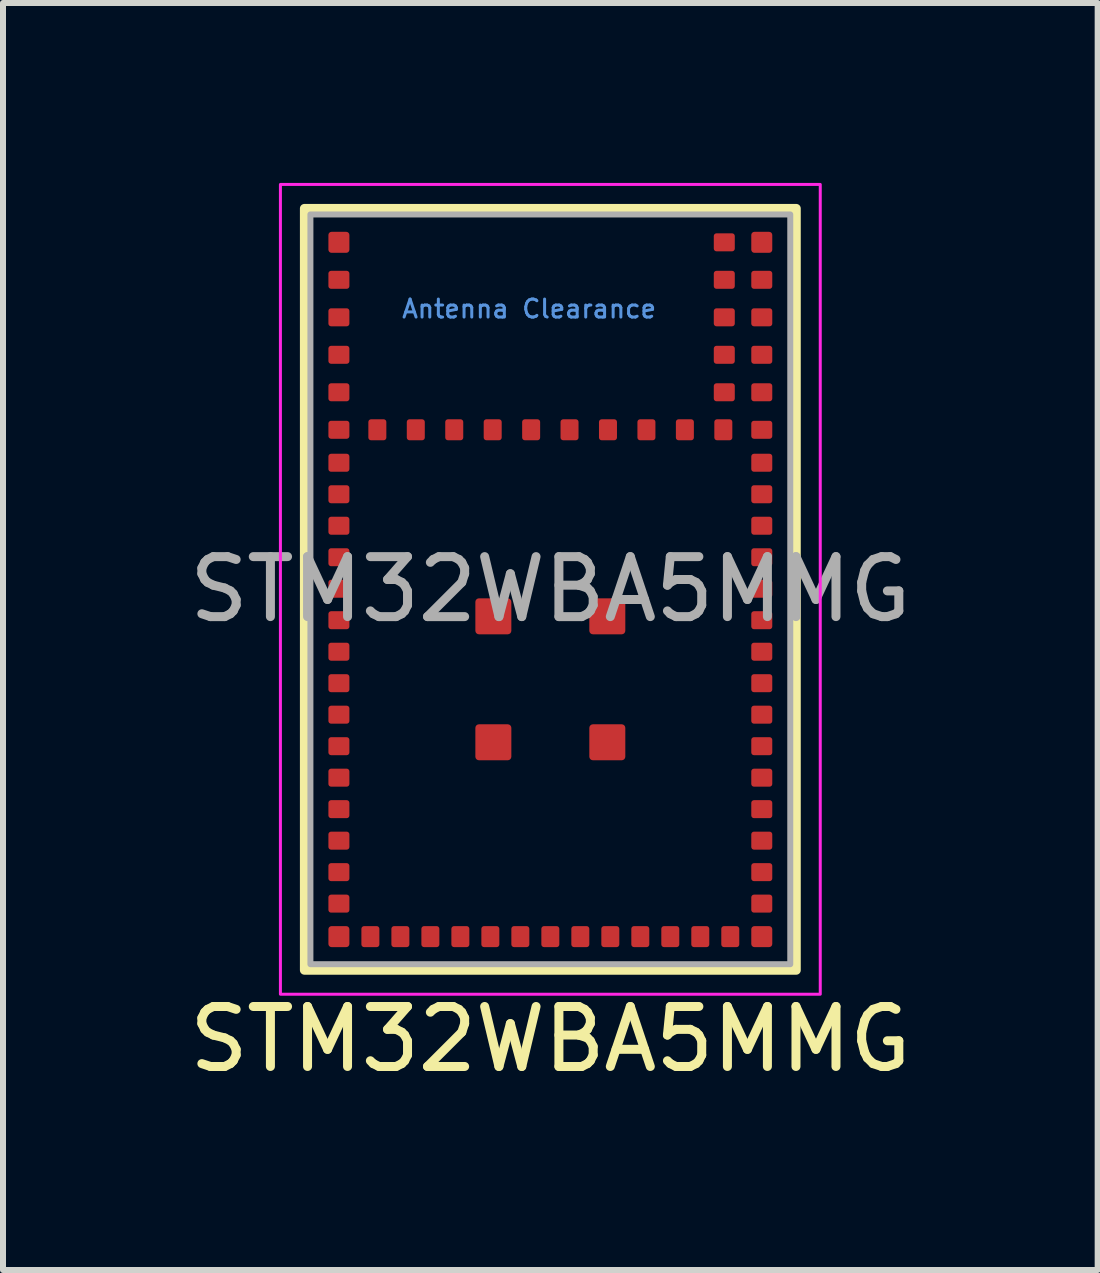
<source format=kicad_pcb>
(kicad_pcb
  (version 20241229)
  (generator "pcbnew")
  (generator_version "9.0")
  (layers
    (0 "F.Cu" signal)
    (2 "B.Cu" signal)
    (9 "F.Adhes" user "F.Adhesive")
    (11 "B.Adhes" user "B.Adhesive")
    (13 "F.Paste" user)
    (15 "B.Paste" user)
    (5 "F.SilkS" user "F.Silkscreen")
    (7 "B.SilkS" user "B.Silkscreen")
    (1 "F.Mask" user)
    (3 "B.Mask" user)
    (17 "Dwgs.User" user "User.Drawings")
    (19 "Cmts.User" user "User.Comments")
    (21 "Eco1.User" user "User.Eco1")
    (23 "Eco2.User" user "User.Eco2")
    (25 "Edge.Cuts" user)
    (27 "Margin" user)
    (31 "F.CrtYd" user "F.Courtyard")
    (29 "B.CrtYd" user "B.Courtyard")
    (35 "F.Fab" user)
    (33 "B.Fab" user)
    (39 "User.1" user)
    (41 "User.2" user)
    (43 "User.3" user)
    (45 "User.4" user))
  (footprint "STM32WBA5MMG"
    (layer "F.Cu")
    (at 6.125 6.775)
    (property "Reference" "STM32WBA5MMG" (at 0 7.5 0) (unlocked yes) (layer "F.SilkS") (effects (font (size 1 1) (thickness 0.15))))
    (attr smd)
    (fp_rect (start -4.1 -6.35) (end 4.1 6.35) (stroke (width 0.15) (type solid)) (fill no) (layer "F.SilkS"))
    (fp_rect (start -4.5 -6.75) (end 4.5 6.75) (stroke (width 0.05) (type solid)) (fill no) (layer "F.CrtYd"))
    (fp_rect (start -4 -6.25) (end 4 6.25) (stroke (width 0.1) (type solid)) (fill no) (layer "F.Fab"))
    (fp_text user "Antenna Clearance" (at -2.5 -4.5 0) (unlocked yes) (layer "Cmts.User") (effects (font (size 0.3 0.3) (thickness 0.05) (bold yes)) (justify left bottom)))
    (fp_text user "${REFERENCE}" (at 0 0 0) (unlocked yes) (layer "F.Fab") (effects (font (size 1 1) (thickness 0.15))))
    (pad "1" smd roundrect (at -3.525 -5.785) (size 0.35 0.35) (layers "F.Cu" "F.Mask" "F.Paste") (roundrect_rratio 0.15))
    (pad "2" smd roundrect (at -3.525 -5.16) (size 0.35 0.3) (layers "F.Cu" "F.Mask" "F.Paste") (roundrect_rratio 0.15))
    (pad "3" smd roundrect (at -3.525 -4.535) (size 0.35 0.3) (layers "F.Cu" "F.Mask" "F.Paste") (roundrect_rratio 0.15))
    (pad "4" smd roundrect (at -3.525 -3.91) (size 0.35 0.3) (layers "F.Cu" "F.Mask" "F.Paste") (roundrect_rratio 0.15))
    (pad "5" smd roundrect (at -3.525 -3.285) (size 0.35 0.3) (layers "F.Cu" "F.Mask" "F.Paste") (roundrect_rratio 0.15))
    (pad "6" smd roundrect (at -3.525 -2.66) (size 0.35 0.3) (layers "F.Cu" "F.Mask" "F.Paste") (roundrect_rratio 0.15))
    (pad "7" smd roundrect (at -3.525 -2.11) (size 0.35 0.3) (layers "F.Cu" "F.Mask" "F.Paste") (roundrect_rratio 0.15))
    (pad "8" smd roundrect (at -3.525 -1.585) (size 0.35 0.3) (layers "F.Cu" "F.Mask" "F.Paste") (roundrect_rratio 0.15))
    (pad "9" smd roundrect (at -3.525 -1.06) (size 0.35 0.3) (layers "F.Cu" "F.Mask" "F.Paste") (roundrect_rratio 0.15))
    (pad "10" smd roundrect (at -3.525 -0.535) (size 0.35 0.3) (layers "F.Cu" "F.Mask" "F.Paste") (roundrect_rratio 0.15))
    (pad "11" smd roundrect (at -3.525 -0.01) (size 0.35 0.3) (layers "F.Cu" "F.Mask" "F.Paste") (roundrect_rratio 0.15))
    (pad "12" smd roundrect (at -3.525 0.515) (size 0.35 0.3) (layers "F.Cu" "F.Mask" "F.Paste") (roundrect_rratio 0.15))
    (pad "13" smd roundrect (at -3.525 1.04) (size 0.35 0.3) (layers "F.Cu" "F.Mask" "F.Paste") (roundrect_rratio 0.15))
    (pad "14" smd roundrect (at -3.525 1.565) (size 0.35 0.3) (layers "F.Cu" "F.Mask" "F.Paste") (roundrect_rratio 0.15))
    (pad "15" smd roundrect (at -3.525 2.09) (size 0.35 0.3) (layers "F.Cu" "F.Mask" "F.Paste") (roundrect_rratio 0.15))
    (pad "16" smd roundrect (at -3.525 2.615) (size 0.35 0.3) (layers "F.Cu" "F.Mask" "F.Paste") (roundrect_rratio 0.15))
    (pad "17" smd roundrect (at -3.525 3.14) (size 0.35 0.3) (layers "F.Cu" "F.Mask" "F.Paste") (roundrect_rratio 0.15))
    (pad "18" smd roundrect (at -3.525 3.665) (size 0.35 0.3) (layers "F.Cu" "F.Mask" "F.Paste") (roundrect_rratio 0.15))
    (pad "19" smd roundrect (at -3.525 4.19) (size 0.35 0.3) (layers "F.Cu" "F.Mask" "F.Paste") (roundrect_rratio 0.15))
    (pad "20" smd roundrect (at -3.525 4.715) (size 0.35 0.3) (layers "F.Cu" "F.Mask" "F.Paste") (roundrect_rratio 0.15))
    (pad "21" smd roundrect (at -3.525 5.24) (size 0.35 0.3) (layers "F.Cu" "F.Mask" "F.Paste") (roundrect_rratio 0.15))
    (pad "22" smd roundrect (at -3.525 5.79) (size 0.35 0.35) (layers "F.Cu" "F.Mask" "F.Paste") (roundrect_rratio 0.15))
    (pad "23" smd roundrect (at -3 5.79) (size 0.3 0.35) (layers "F.Cu" "F.Mask" "F.Paste") (roundrect_rratio 0.15))
    (pad "24" smd roundrect (at -2.5 5.79) (size 0.3 0.35) (layers "F.Cu" "F.Mask" "F.Paste") (roundrect_rratio 0.15))
    (pad "25" smd roundrect (at -2 5.79) (size 0.3 0.35) (layers "F.Cu" "F.Mask" "F.Paste") (roundrect_rratio 0.15))
    (pad "26" smd roundrect (at -1.5 5.79) (size 0.3 0.35) (layers "F.Cu" "F.Mask" "F.Paste") (roundrect_rratio 0.15))
    (pad "27" smd roundrect (at -1 5.79) (size 0.3 0.35) (layers "F.Cu" "F.Mask" "F.Paste") (roundrect_rratio 0.15))
    (pad "28" smd roundrect (at -0.5 5.79) (size 0.3 0.35) (layers "F.Cu" "F.Mask" "F.Paste") (roundrect_rratio 0.15))
    (pad "29" smd roundrect (at 0 5.79) (size 0.3 0.35) (layers "F.Cu" "F.Mask" "F.Paste") (roundrect_rratio 0.15))
    (pad "30" smd roundrect (at 0.5 5.79) (size 0.3 0.35) (layers "F.Cu" "F.Mask" "F.Paste") (roundrect_rratio 0.15))
    (pad "31" smd roundrect (at 1 5.79) (size 0.3 0.35) (layers "F.Cu" "F.Mask" "F.Paste") (roundrect_rratio 0.15))
    (pad "32" smd roundrect (at 1.5 5.79) (size 0.3 0.35) (layers "F.Cu" "F.Mask" "F.Paste") (roundrect_rratio 0.15))
    (pad "33" smd roundrect (at 2 5.79) (size 0.3 0.35) (layers "F.Cu" "F.Mask" "F.Paste") (roundrect_rratio 0.15))
    (pad "34" smd roundrect (at 2.5 5.79) (size 0.3 0.35) (layers "F.Cu" "F.Mask" "F.Paste") (roundrect_rratio 0.15))
    (pad "35" smd roundrect (at 3 5.79) (size 0.3 0.35) (layers "F.Cu" "F.Mask" "F.Paste") (roundrect_rratio 0.15))
    (pad "36" smd roundrect (at 3.525 5.79) (size 0.35 0.35) (layers "F.Cu" "F.Mask" "F.Paste") (roundrect_rratio 0.15))
    (pad "37" smd roundrect (at 3.525 5.24) (size 0.35 0.3) (layers "F.Cu" "F.Mask" "F.Paste") (roundrect_rratio 0.15))
    (pad "38" smd roundrect (at 3.525 4.715) (size 0.35 0.3) (layers "F.Cu" "F.Mask" "F.Paste") (roundrect_rratio 0.15))
    (pad "39" smd roundrect (at 3.525 4.19) (size 0.35 0.3) (layers "F.Cu" "F.Mask" "F.Paste") (roundrect_rratio 0.15))
    (pad "40" smd roundrect (at 3.525 3.665) (size 0.35 0.3) (layers "F.Cu" "F.Mask" "F.Paste") (roundrect_rratio 0.15))
    (pad "41" smd roundrect (at 3.525 3.14) (size 0.35 0.3) (layers "F.Cu" "F.Mask" "F.Paste") (roundrect_rratio 0.15))
    (pad "42" smd roundrect (at 3.525 2.615) (size 0.35 0.3) (layers "F.Cu" "F.Mask" "F.Paste") (roundrect_rratio 0.15))
    (pad "43" smd roundrect (at 3.525 2.09) (size 0.35 0.3) (layers "F.Cu" "F.Mask" "F.Paste") (roundrect_rratio 0.15))
    (pad "44" smd roundrect (at 3.525 1.565) (size 0.35 0.3) (layers "F.Cu" "F.Mask" "F.Paste") (roundrect_rratio 0.15))
    (pad "45" smd roundrect (at 3.525 1.04) (size 0.35 0.3) (layers "F.Cu" "F.Mask" "F.Paste") (roundrect_rratio 0.15))
    (pad "46" smd roundrect (at 3.525 0.515) (size 0.35 0.3) (layers "F.Cu" "F.Mask" "F.Paste") (roundrect_rratio 0.15))
    (pad "47" smd roundrect (at 3.525 -0.01) (size 0.35 0.3) (layers "F.Cu" "F.Mask" "F.Paste") (roundrect_rratio 0.15))
    (pad "48" smd roundrect (at 3.525 -0.535) (size 0.35 0.3) (layers "F.Cu" "F.Mask" "F.Paste") (roundrect_rratio 0.15))
    (pad "49" smd roundrect (at 3.525 -1.06) (size 0.35 0.3) (layers "F.Cu" "F.Mask" "F.Paste") (roundrect_rratio 0.15))
    (pad "50" smd roundrect (at 3.525 -1.585) (size 0.35 0.3) (layers "F.Cu" "F.Mask" "F.Paste") (roundrect_rratio 0.15))
    (pad "51" smd roundrect (at 3.525 -2.11) (size 0.35 0.3) (layers "F.Cu" "F.Mask" "F.Paste") (roundrect_rratio 0.15))
    (pad "52" smd roundrect (at 3.525 -2.66) (size 0.35 0.3) (layers "F.Cu" "F.Mask" "F.Paste") (roundrect_rratio 0.15))
    (pad "53" smd roundrect (at 3.525 -3.285) (size 0.35 0.3) (layers "F.Cu" "F.Mask" "F.Paste") (roundrect_rratio 0.15))
    (pad "54" smd roundrect (at 3.525 -3.91) (size 0.35 0.3) (layers "F.Cu" "F.Mask" "F.Paste") (roundrect_rratio 0.15))
    (pad "55" smd roundrect (at 3.525 -4.535) (size 0.35 0.3) (layers "F.Cu" "F.Mask" "F.Paste") (roundrect_rratio 0.15))
    (pad "56" smd roundrect (at 3.525 -5.16) (size 0.35 0.3) (layers "F.Cu" "F.Mask" "F.Paste") (roundrect_rratio 0.15))
    (pad "57" smd roundrect (at 3.525 -5.785) (size 0.35 0.35) (layers "F.Cu" "F.Mask" "F.Paste") (roundrect_rratio 0.15))
    (pad "58" smd roundrect (at 2.9 -5.785) (size 0.35 0.3) (layers "F.Cu" "F.Mask" "F.Paste") (roundrect_rratio 0.15))
    (pad "59" smd roundrect (at 2.9 -5.16) (size 0.35 0.3) (layers "F.Cu" "F.Mask" "F.Paste") (roundrect_rratio 0.15))
    (pad "60" smd roundrect (at 2.9 -4.535) (size 0.35 0.3) (layers "F.Cu" "F.Mask" "F.Paste") (roundrect_rratio 0.15))
    (pad "61" smd roundrect (at 2.9 -3.91) (size 0.35 0.3) (layers "F.Cu" "F.Mask" "F.Paste") (roundrect_rratio 0.15))
    (pad "62" smd roundrect (at 2.9 -3.285) (size 0.35 0.3) (layers "F.Cu" "F.Mask" "F.Paste") (roundrect_rratio 0.15))
    (pad "63" smd roundrect (at 2.884 -2.66) (size 0.3 0.35) (layers "F.Cu" "F.Mask" "F.Paste") (roundrect_rratio 0.15))
    (pad "64" smd roundrect (at 2.243 -2.66) (size 0.3 0.35) (layers "F.Cu" "F.Mask" "F.Paste") (roundrect_rratio 0.15))
    (pad "65" smd roundrect (at 1.602 -2.66) (size 0.3 0.35) (layers "F.Cu" "F.Mask" "F.Paste") (roundrect_rratio 0.15))
    (pad "66" smd roundrect (at 0.961 -2.66) (size 0.3 0.35) (layers "F.Cu" "F.Mask" "F.Paste") (roundrect_rratio 0.15))
    (pad "67" smd roundrect (at 0.32 -2.66) (size 0.3 0.35) (layers "F.Cu" "F.Mask" "F.Paste") (roundrect_rratio 0.15))
    (pad "68" smd roundrect (at -0.32 -2.66) (size 0.3 0.35) (layers "F.Cu" "F.Mask" "F.Paste") (roundrect_rratio 0.15))
    (pad "69" smd roundrect (at -0.961 -2.66) (size 0.3 0.35) (layers "F.Cu" "F.Mask" "F.Paste") (roundrect_rratio 0.15))
    (pad "70" smd roundrect (at -1.602 -2.66) (size 0.3 0.35) (layers "F.Cu" "F.Mask" "F.Paste") (roundrect_rratio 0.15))
    (pad "71" smd roundrect (at -2.243 -2.66) (size 0.3 0.35) (layers "F.Cu" "F.Mask" "F.Paste") (roundrect_rratio 0.15))
    (pad "72" smd roundrect (at -2.884 -2.66) (size 0.3 0.35) (layers "F.Cu" "F.Mask" "F.Paste") (roundrect_rratio 0.15))
    (pad "73" smd roundrect (at 0.95 0.45) (size 0.6 0.6) (layers "F.Cu" "F.Mask" "F.Paste") (roundrect_rratio 0.1))
    (pad "74" smd roundrect (at 0.95 2.55) (size 0.6 0.6) (layers "F.Cu" "F.Mask" "F.Paste") (roundrect_rratio 0.1))
    (pad "75" smd roundrect (at -0.95 2.55) (size 0.6 0.6) (layers "F.Cu" "F.Mask" "F.Paste") (roundrect_rratio 0.1))
    (pad "76" smd roundrect (at -0.95 0.45) (size 0.6 0.6) (layers "F.Cu" "F.Mask" "F.Paste") (roundrect_rratio 0.1))
    (zone (net_name "") (layers "F.Cu" "B.Cu") (name "antenna_clearance") (hatch edge 0.5) (connect_pads) (min_thickness 0.25) (filled_areas_thickness no) (keepout (tracks not_allowed) (vias not_allowed) (pads allowed) (copperpour not_allowed) (footprints allowed)) (placement (enabled no)) (fill) (polygon (pts (xy 8.575 1.915) (xy 9.945 1.915) (xy 9.945 1.315) (xy 8.575 1.315) (xy 8.575 0.525) (xy 2.925 0.525) (xy 2.925 1.275) (xy 1.075 1.275) (xy 1.075 3.775) (xy 8.575 3.775)))))
  (gr_rect
    (start -3 -3)
    (end 15.25 18.123)
    (stroke (width 0.1) (type default))
    (fill no)
    (layer "Edge.Cuts")))
</source>
